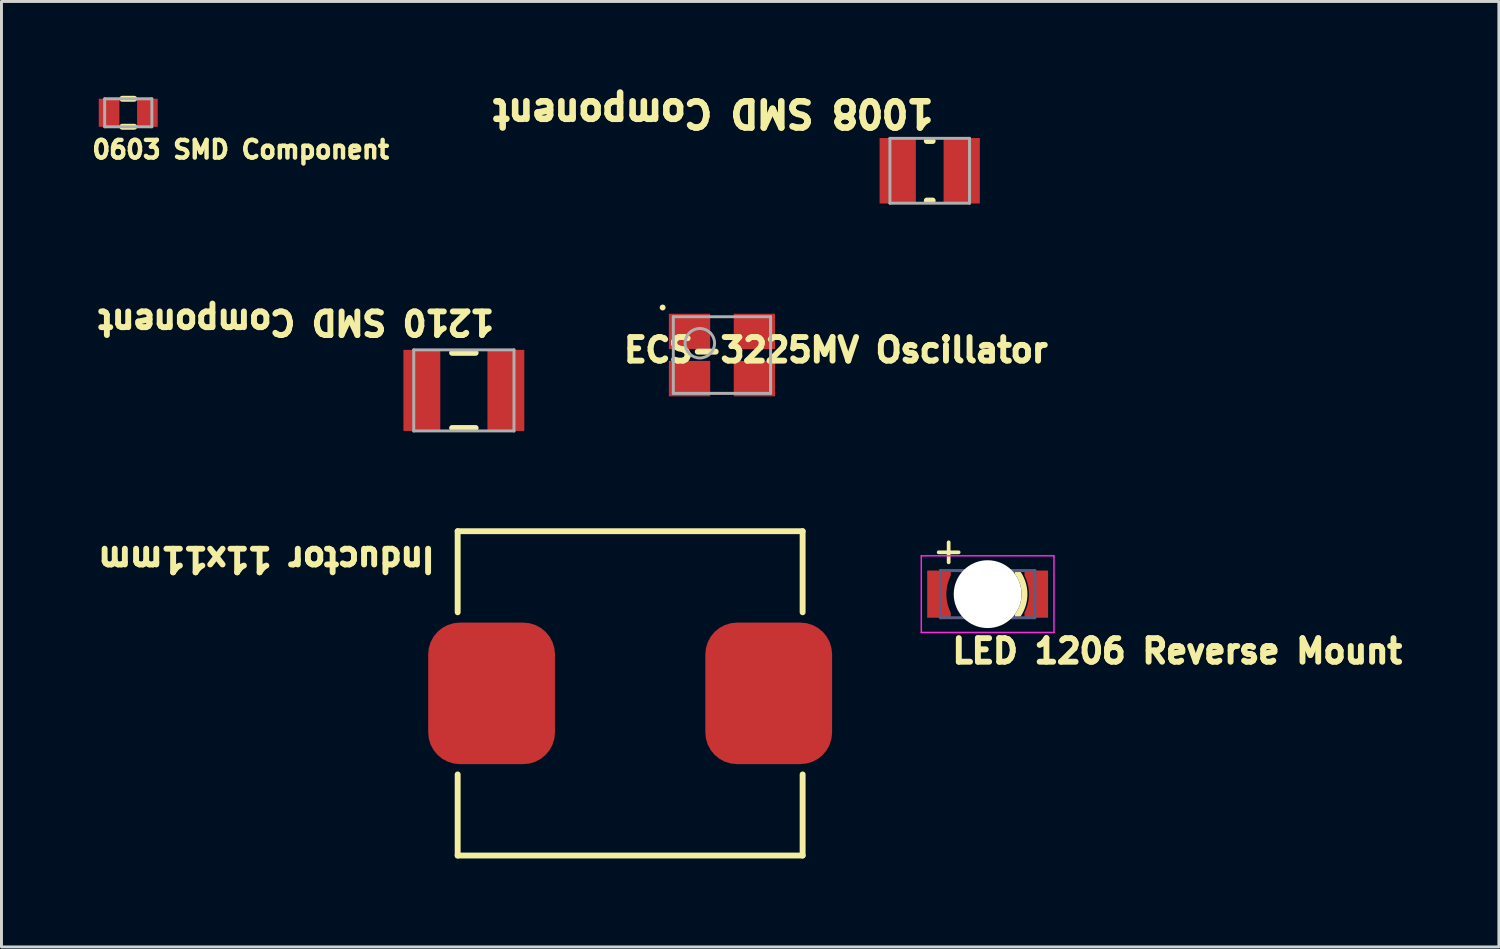
<source format=kicad_pcb>
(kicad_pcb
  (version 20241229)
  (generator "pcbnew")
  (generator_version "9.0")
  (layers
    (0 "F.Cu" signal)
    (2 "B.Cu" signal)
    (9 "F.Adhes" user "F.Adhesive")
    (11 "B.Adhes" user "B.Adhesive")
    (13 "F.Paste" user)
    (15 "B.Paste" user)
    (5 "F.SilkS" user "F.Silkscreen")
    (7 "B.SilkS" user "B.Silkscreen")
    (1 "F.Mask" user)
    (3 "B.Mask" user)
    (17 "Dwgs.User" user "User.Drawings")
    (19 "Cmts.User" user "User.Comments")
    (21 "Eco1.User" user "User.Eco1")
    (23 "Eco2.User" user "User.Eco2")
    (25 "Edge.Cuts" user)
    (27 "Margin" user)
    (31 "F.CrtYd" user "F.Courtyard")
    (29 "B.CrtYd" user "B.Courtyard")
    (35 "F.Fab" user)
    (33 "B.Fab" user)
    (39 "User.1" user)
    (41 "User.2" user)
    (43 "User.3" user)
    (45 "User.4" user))
  (footprint "Inductor 11x11mm"
    (layer "F.Cu")
    (at 18.323 20.467)
    (property "Reference" "Inductor 11x11mm" (at -6.531 -5.014 180) (unlocked yes) (layer "F.SilkS") (effects (font (size 0.8 0.8) (thickness 0.2)) (justify left bottom)))
    (attr smd)
    (fp_line (start -5.85 -2.75) (end -5.85 -5.5) (stroke (width 0.2) (type solid)) (layer "F.SilkS"))
    (fp_line (start -5.85 5.5) (end -5.85 2.75) (stroke (width 0.2) (type solid)) (layer "F.SilkS"))
    (fp_line (start 5.85 -5.5) (end -5.85 -5.5) (stroke (width 0.2) (type solid)) (layer "F.SilkS"))
    (fp_line (start 5.85 -2.75) (end 5.85 -5.5) (stroke (width 0.2) (type solid)) (layer "F.SilkS"))
    (fp_line (start 5.85 5.5) (end -5.85 5.5) (stroke (width 0.2) (type solid)) (layer "F.SilkS"))
    (fp_line (start 5.85 5.5) (end 5.85 2.75) (stroke (width 0.2) (type solid)) (layer "F.SilkS"))
    (fp_line (start 0 1) (end 0 -1) (stroke (width 0.2) (type solid)) (layer "Eco1.User"))
    (fp_line (start 1 0) (end -1 0) (stroke (width 0.2) (type solid)) (layer "Eco1.User"))
    (pad "1" smd roundrect (at -4.7 0) (size 4.3 4.8) (layers "F.Cu" "F.Mask" "F.Paste") (roundrect_rratio 0.25))
    (pad "2" smd roundrect (at 4.7 0) (size 4.3 4.8) (layers "F.Cu" "F.Mask" "F.Paste") (roundrect_rratio 0.25)))
  (footprint "1210 SMD Component"
    (layer "F.Cu")
    (at 12.683 10.192)
    (property "Reference" "1210 SMD Component" (at 1.128 -2.787 180) (unlocked yes) (layer "F.SilkS") (effects (font (size 0.8 0.8) (thickness 0.2)) (justify left bottom)))
    (attr smd)
    (fp_line (start 0.4 -1.275) (end -0.4 -1.275) (stroke (width 0.2) (type solid)) (layer "F.SilkS"))
    (fp_line (start 0.4 1.275) (end -0.4 1.275) (stroke (width 0.2) (type solid)) (layer "F.SilkS"))
    (fp_line (start -2.3 1.65) (end -2.3 -1.65) (stroke (width 0.05) (type solid)) (layer "Eco1.User"))
    (fp_line (start 0 0.5) (end 0 -0.5) (stroke (width 0.1) (type solid)) (layer "Eco1.User"))
    (fp_line (start 0.5 0) (end -0.5 0) (stroke (width 0.1) (type solid)) (layer "Eco1.User"))
    (fp_line (start 2.3 -1.65) (end -2.3 -1.65) (stroke (width 0.05) (type solid)) (layer "Eco1.User"))
    (fp_line (start 2.3 1.65) (end -2.3 1.65) (stroke (width 0.05) (type solid)) (layer "Eco1.User"))
    (fp_line (start 2.3 1.65) (end 2.3 -1.65) (stroke (width 0.05) (type solid)) (layer "Eco1.User"))
    (fp_line (start -1.7 1.375) (end -1.7 -1.375) (stroke (width 0.1) (type solid)) (layer "F.Fab"))
    (fp_line (start 1.7 -1.375) (end -1.7 -1.375) (stroke (width 0.1) (type solid)) (layer "F.Fab"))
    (fp_line (start 1.7 1.375) (end -1.7 1.375) (stroke (width 0.1) (type solid)) (layer "F.Fab"))
    (fp_line (start 1.7 1.375) (end 1.7 -1.375) (stroke (width 0.1) (type solid)) (layer "F.Fab"))
    (pad "1" smd rect (at -1.425 0 90) (size 2.75 1.25) (layers "F.Cu" "F.Mask" "F.Paste"))
    (pad "2" smd rect (at 1.425 0 90) (size 2.75 1.25) (layers "F.Cu" "F.Mask" "F.Paste")))
  (footprint "LED 1206 Reverse Mount"
    (layer "F.Cu")
    (at 30.448 17.102)
    (property "Reference" "LED 1206 Reverse Mount" (at -1.3 2.4 0) (unlocked yes) (layer "F.SilkS") (effects (font (size 0.8 0.8) (thickness 0.2)) (justify left bottom)))
    (attr smd)
    (fp_arc (start 1.017167 -0.726548) (mid 1.25 0) (end 1.017167 0.726548) (stroke (width 0.2) (type default)) (layer "F.SilkS"))
    (fp_line (start -2.25 -1.3) (end -2.25 1.3) (stroke (width 0.05) (type solid)) (layer "F.CrtYd"))
    (fp_line (start 0 -0.5) (end 0 0.5) (stroke (width 0.05) (type solid)) (layer "F.CrtYd"))
    (fp_line (start 0.5 0) (end -0.5 0) (stroke (width 0.05) (type solid)) (layer "F.CrtYd"))
    (fp_line (start 2.25 -1.3) (end -2.25 -1.3) (stroke (width 0.05) (type solid)) (layer "F.CrtYd"))
    (fp_line (start 2.25 -1.3) (end 2.25 1.3) (stroke (width 0.05) (type solid)) (layer "F.CrtYd"))
    (fp_line (start 2.25 1.3) (end -2.25 1.3) (stroke (width 0.05) (type solid)) (layer "F.CrtYd"))
    (fp_line (start -1.6 0.8) (end -1.6 -0.8) (stroke (width 0.1) (type solid)) (layer "B.Fab"))
    (fp_line (start 1.6 -0.8) (end -1.6 -0.8) (stroke (width 0.1) (type solid)) (layer "B.Fab"))
    (fp_line (start 1.6 0.8) (end -1.6 0.8) (stroke (width 0.1) (type solid)) (layer "B.Fab"))
    (fp_line (start 1.6 0.8) (end 1.6 -0.8) (stroke (width 0.1) (type solid)) (layer "B.Fab"))
    (fp_poly (pts (xy 0.85 -0.8) (xy 0.85 0.8) (xy -0.7 0)) (stroke (width 0.1) (type default)) (fill no) (layer "B.Fab"))
    (fp_text user "+" (at -1.956 -0.965 0) (unlocked yes) (layer "F.SilkS") (effects (font (size 0.889 0.889) (thickness 0.127)) (justify left bottom)))
    (pad "" np_thru_hole circle (at 0 0) (size 2.3 2.3) (drill 2.3) (layers "*.Cu" "*.Mask"))
    (pad "1" smd custom (at 2.05 0.8) (size 0.000001 0.000001) (layers "F.Cu" "F.Mask" "F.Paste") (options (anchor circle)) (primitives (gr_poly (pts (xy 0 0) (xy 0 -1.6) (xy -0.8 -1.6) (arc (start -0.800006 -1.430993) (mid -0.64989 -0.800032) (end -0.800212 -0.16912)) (xy -0.8 -0.169) (xy -0.8 0)) (width 0) (fill yes))))
    (pad "2" smd custom (at -2.05 0.8) (size 0.000001 0.000001) (layers "F.Cu" "F.Mask" "F.Paste") (options (anchor circle)) (primitives (gr_poly (pts (xy 0 0) (xy 0 -1.6) (xy 0.8 -1.6) (arc (start 0.799995 -1.430993) (mid 0.64988 -0.800031) (end 0.800201 -0.169118)) (xy 0.8 -0.169) (xy 0.8 0)) (width 0) (fill yes)))))
  (footprint "1008 SMD Component"
    (layer "F.Cu")
    (at 28.484 2.742)
    (property "Reference" "1008 SMD Component" (at 0.24 -2.477 180) (unlocked yes) (layer "F.SilkS") (effects (font (size 0.89 0.89) (thickness 0.223)) (justify left bottom)))
    (attr smd)
    (fp_line (start 0.1 -1.01) (end -0.1 -1.01) (stroke (width 0.2) (type solid)) (layer "F.SilkS"))
    (fp_line (start 0.1 1.01) (end -0.1 1.01) (stroke (width 0.2) (type solid)) (layer "F.SilkS"))
    (fp_line (start -1.95 1.4) (end -1.95 -1.4) (stroke (width 0.05) (type solid)) (layer "Eco1.User"))
    (fp_line (start 0 0.5) (end 0 -0.5) (stroke (width 0.1) (type solid)) (layer "Eco1.User"))
    (fp_line (start 0.5 0) (end -0.5 0) (stroke (width 0.1) (type solid)) (layer "Eco1.User"))
    (fp_line (start 1.95 -1.4) (end -1.95 -1.4) (stroke (width 0.05) (type solid)) (layer "Eco1.User"))
    (fp_line (start 1.95 1.4) (end -1.95 1.4) (stroke (width 0.05) (type solid)) (layer "Eco1.User"))
    (fp_line (start 1.95 1.4) (end 1.95 -1.4) (stroke (width 0.05) (type solid)) (layer "Eco1.User"))
    (fp_line (start -1.35 1.1) (end -1.35 -1.1) (stroke (width 0.1) (type solid)) (layer "F.Fab"))
    (fp_line (start 1.35 -1.1) (end -1.35 -1.1) (stroke (width 0.1) (type solid)) (layer "F.Fab"))
    (fp_line (start 1.35 1.1) (end -1.35 1.1) (stroke (width 0.1) (type solid)) (layer "F.Fab"))
    (fp_line (start 1.35 1.1) (end 1.35 -1.1) (stroke (width 0.1) (type solid)) (layer "F.Fab"))
    (pad "1" smd rect (at -1.085 0 90) (size 2.22 1.23) (layers "F.Cu" "F.Mask" "F.Paste"))
    (pad "2" smd rect (at 1.085 0 90) (size 2.22 1.23) (layers "F.Cu" "F.Mask" "F.Paste")))
  (footprint "ECS-3225MV Oscillator"
    (layer "F.Cu")
    (at 21.437 8.992)
    (property "Reference" "ECS-3225MV Oscillator" (at -3.429 0.298 0) (unlocked yes) (layer "F.SilkS") (effects (font (size 0.8 0.8) (thickness 0.2)) (justify left bottom)))
    (attr smd)
    (fp_circle (center -2.012 -1.612) (end -2.012 -1.662) (stroke (width 0.1) (type solid)) (fill no) (layer "F.SilkS"))
    (fp_line (start -2.555 -1.8) (end -2.555 1.8) (stroke (width 0.05) (type solid)) (layer "Eco1.User"))
    (fp_line (start -2.555 -1.8) (end 2.555 -1.8) (stroke (width 0.05) (type solid)) (layer "Eco1.User"))
    (fp_line (start -2.555 1.8) (end 2.555 1.8) (stroke (width 0.05) (type solid)) (layer "Eco1.User"))
    (fp_line (start -0.5 0) (end 0.5 0) (stroke (width 0.1) (type solid)) (layer "Eco1.User"))
    (fp_line (start 0 -0.5) (end 0 0.5) (stroke (width 0.1) (type solid)) (layer "Eco1.User"))
    (fp_line (start 2.555 -1.8) (end 2.555 1.8) (stroke (width 0.05) (type solid)) (layer "Eco1.User"))
    (fp_line (start -1.65 -1.3) (end -1.65 1.3) (stroke (width 0.1) (type solid)) (layer "F.Fab"))
    (fp_line (start -1.65 -1.3) (end 1.65 -1.3) (stroke (width 0.1) (type solid)) (layer "F.Fab"))
    (fp_line (start -1.65 1.3) (end 1.65 1.3) (stroke (width 0.1) (type solid)) (layer "F.Fab"))
    (fp_line (start 1.65 -1.3) (end 1.65 1.3) (stroke (width 0.1) (type solid)) (layer "F.Fab"))
    (fp_circle (center -0.75 -0.4) (end -0.75 -0.9) (stroke (width 0.1) (type solid)) (fill no) (layer "F.Fab"))
    (pad "1" smd rect (at -1.1 0.8 90) (size 1.2 1.4) (layers "F.Cu" "F.Mask" "F.Paste"))
    (pad "2" smd rect (at 1.1 -0.8 90) (size 1.2 1.4) (layers "F.Cu" "F.Mask" "F.Paste"))
    (pad "3" smd rect (at 1.1 0.8 90) (size 1.2 1.4) (layers "F.Cu" "F.Mask" "F.Paste"))
    (pad "4" smd rect (at -1.1 -0.8 90) (size 1.2 1.4) (layers "F.Cu" "F.Mask" "F.Paste")))
  (footprint "0603 SMD Component"
    (layer "F.Cu")
    (at 1.3 0.775)
    (property "Reference" "0603 SMD Component" (at -1.3 1.6 0) (unlocked yes) (layer "F.SilkS") (effects (font (size 0.6 0.6) (thickness 0.15)) (justify left bottom)))
    (attr smd)
    (fp_line (start 0.203 0.475) (end -0.203 0.475) (stroke (width 0.2) (type solid)) (layer "F.SilkS"))
    (fp_line (start 0.203 -0.475) (end -0.203 -0.475) (stroke (width 0.2) (type solid)) (layer "F.SilkS"))
    (fp_line (start -1.25 -0.75) (end -1.25 0.75) (stroke (width 0.05) (type solid)) (layer "Eco1.User"))
    (fp_line (start 0 -0.475) (end 0 0.475) (stroke (width 0.1) (type solid)) (layer "Eco1.User"))
    (fp_line (start 0.475 0) (end -0.475 0) (stroke (width 0.1) (type solid)) (layer "Eco1.User"))
    (fp_line (start 1.25 -0.75) (end -1.25 -0.75) (stroke (width 0.05) (type solid)) (layer "Eco1.User"))
    (fp_line (start 1.25 -0.75) (end 1.25 0.75) (stroke (width 0.05) (type solid)) (layer "Eco1.User"))
    (fp_line (start 1.25 0.75) (end -1.25 0.75) (stroke (width 0.05) (type solid)) (layer "Eco1.User"))
    (fp_line (start -0.8 -0.475) (end -0.8 0.475) (stroke (width 0.1) (type solid)) (layer "F.Fab"))
    (fp_line (start 0.8 -0.475) (end -0.8 -0.475) (stroke (width 0.1) (type solid)) (layer "F.Fab"))
    (fp_line (start 0.8 -0.475) (end 0.8 0.475) (stroke (width 0.1) (type solid)) (layer "F.Fab"))
    (fp_line (start 0.8 0.475) (end -0.8 0.475) (stroke (width 0.1) (type solid)) (layer "F.Fab"))
    (pad "1" smd rect (at -0.65 0 90) (size 0.95 0.7) (layers "F.Cu" "F.Mask" "F.Paste"))
    (pad "2" smd rect (at 0.65 0 90) (size 0.95 0.7) (layers "F.Cu" "F.Mask" "F.Paste")))
  (gr_rect
    (start -3 -3)
    (end 47.788 29.067)
    (stroke (width 0.1) (type default))
    (fill no)
    (layer "Edge.Cuts")))
</source>
